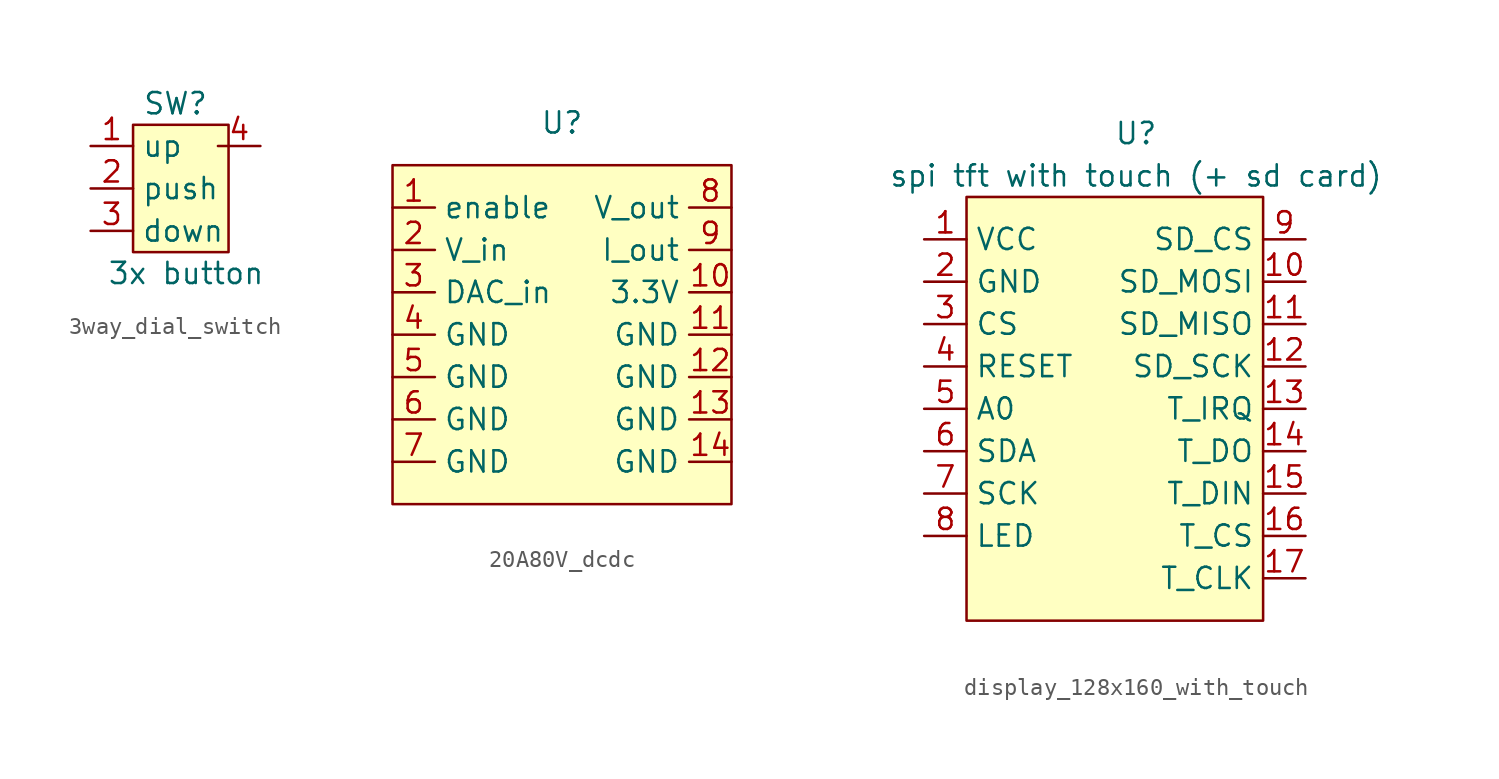
<source format=kicad_sym>
(kicad_symbol_lib
  (version 20220914)
  (generator kicad_symbol_editor)
  (symbol "3way_dial_switch"
    (property "Reference" "SW"
      (at 2.54 7.62 0)
      (effects (font (size 1.27 1.27))))
    (property "Value" "3x button"
      (at 3.175 -2.54 0)
      (effects (font (size 1.27 1.27))))
    (symbol "3way_dial_switch_1_1"
      (rectangle (start 0 6.35) (end 5.715 -1.27) (stroke (width 0) (type default)) (fill (type background)))
      (pin output line (at -2.54 5.08 0) (length 2.54) (name "up" (effects (font (size 1.27 1.27)))) (number "1" (effects (font (size 1.27 1.27)))))
      (pin output line (at -2.54 2.54 0) (length 2.54) (name "push" (effects (font (size 1.27 1.27)))) (number "2" (effects (font (size 1.27 1.27)))))
      (pin output line (at -2.54 0 0) (length 2.54) (name "down" (effects (font (size 1.27 1.27)))) (number "3" (effects (font (size 1.27 1.27)))))
      (pin input line (at 7.62 5.08 180) (length 2.54) (name "" (effects (font (size 1.27 1.27)))) (number "4" (effects (font (size 1.27 1.27)))))))
  (symbol "20A80V_dcdc"
    (property "Reference" "U"
      (at 0 12.7 0)
      (effects (font (size 1.27 1.27))))
    (property "Value" ""
      (at 0 0 0)
      (effects (font (size 1.27 1.27))))
    (symbol "20A80V_dcdc_1_1"
      (rectangle (start -10.16 10.16) (end 10.16 -10.16) (stroke (width 0) (type default)) (fill (type background)))
      (pin input line (at -10.16 7.62 0) (length 2.54) (name "enable" (effects (font (size 1.27 1.27)))) (number "1" (effects (font (size 1.27 1.27)))))
      (pin power_out line (at 10.16 2.54 180) (length 2.54) (name "3.3V" (effects (font (size 1.27 1.27)))) (number "10" (effects (font (size 1.27 1.27)))))
      (pin power_out line (at 10.16 0 180) (length 2.54) (name "GND" (effects (font (size 1.27 1.27)))) (number "11" (effects (font (size 1.27 1.27)))))
      (pin power_out line (at 10.16 -2.54 180) (length 2.54) (name "GND" (effects (font (size 1.27 1.27)))) (number "12" (effects (font (size 1.27 1.27)))))
      (pin power_out line (at 10.16 -5.08 180) (length 2.54) (name "GND" (effects (font (size 1.27 1.27)))) (number "13" (effects (font (size 1.27 1.27)))))
      (pin power_out line (at 10.16 -7.62 180) (length 2.54) (name "GND" (effects (font (size 1.27 1.27)))) (number "14" (effects (font (size 1.27 1.27)))))
      (pin output line (at -10.16 5.08 0) (length 2.54) (name "V_in" (effects (font (size 1.27 1.27)))) (number "2" (effects (font (size 1.27 1.27)))))
      (pin input line (at -10.16 2.54 0) (length 2.54) (name "DAC_in" (effects (font (size 1.27 1.27)))) (number "3" (effects (font (size 1.27 1.27)))))
      (pin power_out line (at -10.16 0 0) (length 2.54) (name "GND" (effects (font (size 1.27 1.27)))) (number "4" (effects (font (size 1.27 1.27)))))
      (pin power_out line (at -10.16 -2.54 0) (length 2.54) (name "GND" (effects (font (size 1.27 1.27)))) (number "5" (effects (font (size 1.27 1.27)))))
      (pin power_out line (at -10.16 -5.08 0) (length 2.54) (name "GND" (effects (font (size 1.27 1.27)))) (number "6" (effects (font (size 1.27 1.27)))))
      (pin power_out line (at -10.16 -7.62 0) (length 2.54) (name "GND" (effects (font (size 1.27 1.27)))) (number "7" (effects (font (size 1.27 1.27)))))
      (pin output line (at 10.16 7.62 180) (length 2.54) (name "V_out" (effects (font (size 1.27 1.27)))) (number "8" (effects (font (size 1.27 1.27)))))
      (pin output line (at 10.16 5.08 180) (length 2.54) (name "I_out" (effects (font (size 1.27 1.27)))) (number "9" (effects (font (size 1.27 1.27)))))))
  (symbol "display_128x160_with_touch"
    (property "Reference" "U"
      (at 0 13.97 0)
      (effects (font (size 1.27 1.27))))
    (property "Value" "spi tft with touch (+ sd card)"
      (at 0 11.43 0)
      (effects (font (size 1.27 1.27))))
    (symbol "display_128x160_with_touch_1_1"
      (rectangle (start -10.16 10.16) (end 7.62 -15.24) (stroke (width 0) (type default)) (fill (type background)))
      (pin power_in line (at -12.7 7.62 0) (length 2.54) (name "VCC" (effects (font (size 1.27 1.27)))) (number "1" (effects (font (size 1.27 1.27)))))
      (pin output line (at 10.16 5.08 180) (length 2.54) (name "SD_MOSI" (effects (font (size 1.27 1.27)))) (number "10" (effects (font (size 1.27 1.27)))))
      (pin input line (at 10.16 2.54 180) (length 2.54) (name "SD_MISO" (effects (font (size 1.27 1.27)))) (number "11" (effects (font (size 1.27 1.27)))))
      (pin input line (at 10.16 0 180) (length 2.54) (name "SD_SCK" (effects (font (size 1.27 1.27)))) (number "12" (effects (font (size 1.27 1.27)))))
      (pin input line (at 10.16 -2.54 180) (length 2.54) (name "T_IRQ" (effects (font (size 1.27 1.27)))) (number "13" (effects (font (size 1.27 1.27)))))
      (pin input line (at 10.16 -5.08 180) (length 2.54) (name "T_DO" (effects (font (size 1.27 1.27)))) (number "14" (effects (font (size 1.27 1.27)))))
      (pin input line (at 10.16 -7.62 180) (length 2.54) (name "T_DIN" (effects (font (size 1.27 1.27)))) (number "15" (effects (font (size 1.27 1.27)))))
      (pin input line (at 10.16 -10.16 180) (length 2.54) (name "T_CS" (effects (font (size 1.27 1.27)))) (number "16" (effects (font (size 1.27 1.27)))))
      (pin input line (at 10.16 -12.7 180) (length 2.54) (name "T_CLK" (effects (font (size 1.27 1.27)))) (number "17" (effects (font (size 1.27 1.27)))))
      (pin power_in line (at -12.7 5.08 0) (length 2.54) (name "GND" (effects (font (size 1.27 1.27)))) (number "2" (effects (font (size 1.27 1.27)))))
      (pin input line (at -12.7 2.54 0) (length 2.54) (name "CS" (effects (font (size 1.27 1.27)))) (number "3" (effects (font (size 1.27 1.27)))))
      (pin input line (at -12.7 0 0) (length 2.54) (name "RESET" (effects (font (size 1.27 1.27)))) (number "4" (effects (font (size 1.27 1.27)))))
      (pin input line (at -12.7 -2.54 0) (length 2.54) (name "A0" (effects (font (size 1.27 1.27)))) (number "5" (effects (font (size 1.27 1.27)))))
      (pin input line (at -12.7 -5.08 0) (length 2.54) (name "SDA" (effects (font (size 1.27 1.27)))) (number "6" (effects (font (size 1.27 1.27)))))
      (pin input line (at -12.7 -7.62 0) (length 2.54) (name "SCK" (effects (font (size 1.27 1.27)))) (number "7" (effects (font (size 1.27 1.27)))))
      (pin power_in line (at -12.7 -10.16 0) (length 2.54) (name "LED" (effects (font (size 1.27 1.27)))) (number "8" (effects (font (size 1.27 1.27)))))
      (pin input line (at 10.16 7.62 180) (length 2.54) (name "SD_CS" (effects (font (size 1.27 1.27)))) (number "9" (effects (font (size 1.27 1.27))))))))
</source>
